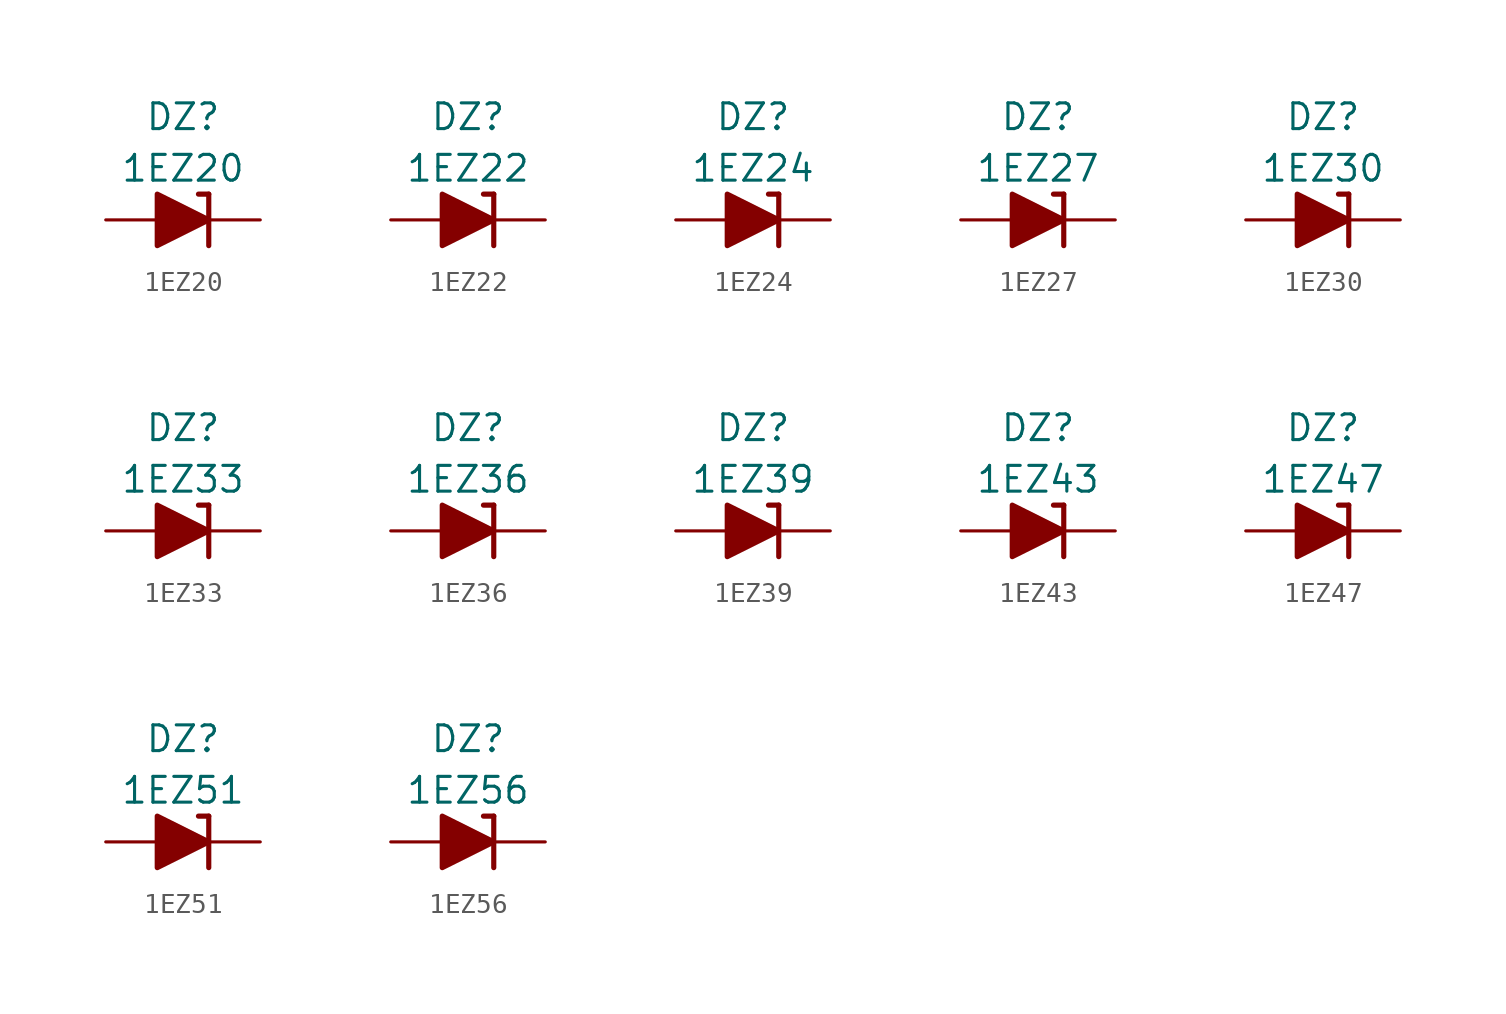
<source format=kicad_sym>
(kicad_symbol_lib
  (version 20201005)
  (generator kicad_symbol_editor)
  (symbol "Diode_Zener_AKL:1EZ20"
    (pin_numbers hide)
    (pin_names
      (offset 1.016) hide)
    (property "Reference" "DZ"
      (at 0 5.08 0)
      (effects (font (size 1.27 1.27))))
    (property "Value" "1EZ20"
      (at 0 2.54 0)
      (effects (font (size 1.27 1.27))))
    (symbol "1EZ20_0_1"
      (polyline (pts (xy -1.27 0) (xy 1.27 0)) (stroke (width 0)) (fill (type none)))
      (polyline (pts (xy 1.27 1.27) (xy 0.762 1.27)) (stroke (width 0.254)) (fill (type none)))
      (polyline (pts (xy 1.27 1.27) (xy 1.27 -1.27)) (stroke (width 0.254)) (fill (type none)))
      (polyline (pts (xy -1.27 -1.27) (xy -1.27 1.27) (xy 1.27 0) (xy -1.27 -1.27)) (stroke (width 0.254)) (fill (type outline))))
    (symbol "1EZ20_1_1"
      (pin passive line (at 3.81 0 180) (length 2.54) (name "K" (effects (font (size 1.27 1.27)))) (number "1" (effects (font (size 1.27 1.27)))))
      (pin passive line (at -3.81 0 0) (length 2.54) (name "A" (effects (font (size 1.27 1.27)))) (number "2" (effects (font (size 1.27 1.27)))))))
  (symbol "Diode_Zener_AKL:1EZ22"
    (pin_numbers hide)
    (pin_names
      (offset 1.016) hide)
    (property "Reference" "DZ"
      (at 0 5.08 0)
      (effects (font (size 1.27 1.27))))
    (property "Value" "1EZ22"
      (at 0 2.54 0)
      (effects (font (size 1.27 1.27))))
    (symbol "1EZ22_0_1"
      (polyline (pts (xy -1.27 0) (xy 1.27 0)) (stroke (width 0)) (fill (type none)))
      (polyline (pts (xy 1.27 1.27) (xy 0.762 1.27)) (stroke (width 0.254)) (fill (type none)))
      (polyline (pts (xy 1.27 1.27) (xy 1.27 -1.27)) (stroke (width 0.254)) (fill (type none)))
      (polyline (pts (xy -1.27 -1.27) (xy -1.27 1.27) (xy 1.27 0) (xy -1.27 -1.27)) (stroke (width 0.254)) (fill (type outline))))
    (symbol "1EZ22_1_1"
      (pin passive line (at 3.81 0 180) (length 2.54) (name "K" (effects (font (size 1.27 1.27)))) (number "1" (effects (font (size 1.27 1.27)))))
      (pin passive line (at -3.81 0 0) (length 2.54) (name "A" (effects (font (size 1.27 1.27)))) (number "2" (effects (font (size 1.27 1.27)))))))
  (symbol "Diode_Zener_AKL:1EZ24"
    (pin_numbers hide)
    (pin_names
      (offset 1.016) hide)
    (property "Reference" "DZ"
      (at 0 5.08 0)
      (effects (font (size 1.27 1.27))))
    (property "Value" "1EZ24"
      (at 0 2.54 0)
      (effects (font (size 1.27 1.27))))
    (symbol "1EZ24_0_1"
      (polyline (pts (xy -1.27 0) (xy 1.27 0)) (stroke (width 0)) (fill (type none)))
      (polyline (pts (xy 1.27 1.27) (xy 0.762 1.27)) (stroke (width 0.254)) (fill (type none)))
      (polyline (pts (xy 1.27 1.27) (xy 1.27 -1.27)) (stroke (width 0.254)) (fill (type none)))
      (polyline (pts (xy -1.27 -1.27) (xy -1.27 1.27) (xy 1.27 0) (xy -1.27 -1.27)) (stroke (width 0.254)) (fill (type outline))))
    (symbol "1EZ24_1_1"
      (pin passive line (at 3.81 0 180) (length 2.54) (name "K" (effects (font (size 1.27 1.27)))) (number "1" (effects (font (size 1.27 1.27)))))
      (pin passive line (at -3.81 0 0) (length 2.54) (name "A" (effects (font (size 1.27 1.27)))) (number "2" (effects (font (size 1.27 1.27)))))))
  (symbol "Diode_Zener_AKL:1EZ27"
    (pin_numbers hide)
    (pin_names
      (offset 1.016) hide)
    (property "Reference" "DZ"
      (at 0 5.08 0)
      (effects (font (size 1.27 1.27))))
    (property "Value" "1EZ27"
      (at 0 2.54 0)
      (effects (font (size 1.27 1.27))))
    (symbol "1EZ27_0_1"
      (polyline (pts (xy -1.27 0) (xy 1.27 0)) (stroke (width 0)) (fill (type none)))
      (polyline (pts (xy 1.27 1.27) (xy 0.762 1.27)) (stroke (width 0.254)) (fill (type none)))
      (polyline (pts (xy 1.27 1.27) (xy 1.27 -1.27)) (stroke (width 0.254)) (fill (type none)))
      (polyline (pts (xy -1.27 -1.27) (xy -1.27 1.27) (xy 1.27 0) (xy -1.27 -1.27)) (stroke (width 0.254)) (fill (type outline))))
    (symbol "1EZ27_1_1"
      (pin passive line (at 3.81 0 180) (length 2.54) (name "K" (effects (font (size 1.27 1.27)))) (number "1" (effects (font (size 1.27 1.27)))))
      (pin passive line (at -3.81 0 0) (length 2.54) (name "A" (effects (font (size 1.27 1.27)))) (number "2" (effects (font (size 1.27 1.27)))))))
  (symbol "Diode_Zener_AKL:1EZ30"
    (pin_numbers hide)
    (pin_names
      (offset 1.016) hide)
    (property "Reference" "DZ"
      (at 0 5.08 0)
      (effects (font (size 1.27 1.27))))
    (property "Value" "1EZ30"
      (at 0 2.54 0)
      (effects (font (size 1.27 1.27))))
    (symbol "1EZ30_0_1"
      (polyline (pts (xy -1.27 0) (xy 1.27 0)) (stroke (width 0)) (fill (type none)))
      (polyline (pts (xy 1.27 1.27) (xy 0.762 1.27)) (stroke (width 0.254)) (fill (type none)))
      (polyline (pts (xy 1.27 1.27) (xy 1.27 -1.27)) (stroke (width 0.254)) (fill (type none)))
      (polyline (pts (xy -1.27 -1.27) (xy -1.27 1.27) (xy 1.27 0) (xy -1.27 -1.27)) (stroke (width 0.254)) (fill (type outline))))
    (symbol "1EZ30_1_1"
      (pin passive line (at 3.81 0 180) (length 2.54) (name "K" (effects (font (size 1.27 1.27)))) (number "1" (effects (font (size 1.27 1.27)))))
      (pin passive line (at -3.81 0 0) (length 2.54) (name "A" (effects (font (size 1.27 1.27)))) (number "2" (effects (font (size 1.27 1.27)))))))
  (symbol "Diode_Zener_AKL:1EZ33"
    (pin_numbers hide)
    (pin_names
      (offset 1.016) hide)
    (property "Reference" "DZ"
      (at 0 5.08 0)
      (effects (font (size 1.27 1.27))))
    (property "Value" "1EZ33"
      (at 0 2.54 0)
      (effects (font (size 1.27 1.27))))
    (symbol "1EZ33_0_1"
      (polyline (pts (xy -1.27 0) (xy 1.27 0)) (stroke (width 0)) (fill (type none)))
      (polyline (pts (xy 1.27 1.27) (xy 0.762 1.27)) (stroke (width 0.254)) (fill (type none)))
      (polyline (pts (xy 1.27 1.27) (xy 1.27 -1.27)) (stroke (width 0.254)) (fill (type none)))
      (polyline (pts (xy -1.27 -1.27) (xy -1.27 1.27) (xy 1.27 0) (xy -1.27 -1.27)) (stroke (width 0.254)) (fill (type outline))))
    (symbol "1EZ33_1_1"
      (pin passive line (at 3.81 0 180) (length 2.54) (name "K" (effects (font (size 1.27 1.27)))) (number "1" (effects (font (size 1.27 1.27)))))
      (pin passive line (at -3.81 0 0) (length 2.54) (name "A" (effects (font (size 1.27 1.27)))) (number "2" (effects (font (size 1.27 1.27)))))))
  (symbol "Diode_Zener_AKL:1EZ36"
    (pin_numbers hide)
    (pin_names
      (offset 1.016) hide)
    (property "Reference" "DZ"
      (at 0 5.08 0)
      (effects (font (size 1.27 1.27))))
    (property "Value" "1EZ36"
      (at 0 2.54 0)
      (effects (font (size 1.27 1.27))))
    (symbol "1EZ36_0_1"
      (polyline (pts (xy -1.27 0) (xy 1.27 0)) (stroke (width 0)) (fill (type none)))
      (polyline (pts (xy 1.27 1.27) (xy 0.762 1.27)) (stroke (width 0.254)) (fill (type none)))
      (polyline (pts (xy 1.27 1.27) (xy 1.27 -1.27)) (stroke (width 0.254)) (fill (type none)))
      (polyline (pts (xy -1.27 -1.27) (xy -1.27 1.27) (xy 1.27 0) (xy -1.27 -1.27)) (stroke (width 0.254)) (fill (type outline))))
    (symbol "1EZ36_1_1"
      (pin passive line (at 3.81 0 180) (length 2.54) (name "K" (effects (font (size 1.27 1.27)))) (number "1" (effects (font (size 1.27 1.27)))))
      (pin passive line (at -3.81 0 0) (length 2.54) (name "A" (effects (font (size 1.27 1.27)))) (number "2" (effects (font (size 1.27 1.27)))))))
  (symbol "Diode_Zener_AKL:1EZ39"
    (pin_numbers hide)
    (pin_names
      (offset 1.016) hide)
    (property "Reference" "DZ"
      (at 0 5.08 0)
      (effects (font (size 1.27 1.27))))
    (property "Value" "1EZ39"
      (at 0 2.54 0)
      (effects (font (size 1.27 1.27))))
    (symbol "1EZ39_0_1"
      (polyline (pts (xy -1.27 0) (xy 1.27 0)) (stroke (width 0)) (fill (type none)))
      (polyline (pts (xy 1.27 1.27) (xy 0.762 1.27)) (stroke (width 0.254)) (fill (type none)))
      (polyline (pts (xy 1.27 1.27) (xy 1.27 -1.27)) (stroke (width 0.254)) (fill (type none)))
      (polyline (pts (xy -1.27 -1.27) (xy -1.27 1.27) (xy 1.27 0) (xy -1.27 -1.27)) (stroke (width 0.254)) (fill (type outline))))
    (symbol "1EZ39_1_1"
      (pin passive line (at 3.81 0 180) (length 2.54) (name "K" (effects (font (size 1.27 1.27)))) (number "1" (effects (font (size 1.27 1.27)))))
      (pin passive line (at -3.81 0 0) (length 2.54) (name "A" (effects (font (size 1.27 1.27)))) (number "2" (effects (font (size 1.27 1.27)))))))
  (symbol "Diode_Zener_AKL:1EZ43"
    (pin_numbers hide)
    (pin_names
      (offset 1.016) hide)
    (property "Reference" "DZ"
      (at 0 5.08 0)
      (effects (font (size 1.27 1.27))))
    (property "Value" "1EZ43"
      (at 0 2.54 0)
      (effects (font (size 1.27 1.27))))
    (symbol "1EZ43_0_1"
      (polyline (pts (xy -1.27 0) (xy 1.27 0)) (stroke (width 0)) (fill (type none)))
      (polyline (pts (xy 1.27 1.27) (xy 0.762 1.27)) (stroke (width 0.254)) (fill (type none)))
      (polyline (pts (xy 1.27 1.27) (xy 1.27 -1.27)) (stroke (width 0.254)) (fill (type none)))
      (polyline (pts (xy -1.27 -1.27) (xy -1.27 1.27) (xy 1.27 0) (xy -1.27 -1.27)) (stroke (width 0.254)) (fill (type outline))))
    (symbol "1EZ43_1_1"
      (pin passive line (at 3.81 0 180) (length 2.54) (name "K" (effects (font (size 1.27 1.27)))) (number "1" (effects (font (size 1.27 1.27)))))
      (pin passive line (at -3.81 0 0) (length 2.54) (name "A" (effects (font (size 1.27 1.27)))) (number "2" (effects (font (size 1.27 1.27)))))))
  (symbol "Diode_Zener_AKL:1EZ47"
    (pin_numbers hide)
    (pin_names
      (offset 1.016) hide)
    (property "Reference" "DZ"
      (at 0 5.08 0)
      (effects (font (size 1.27 1.27))))
    (property "Value" "1EZ47"
      (at 0 2.54 0)
      (effects (font (size 1.27 1.27))))
    (symbol "1EZ47_0_1"
      (polyline (pts (xy -1.27 0) (xy 1.27 0)) (stroke (width 0)) (fill (type none)))
      (polyline (pts (xy 1.27 1.27) (xy 0.762 1.27)) (stroke (width 0.254)) (fill (type none)))
      (polyline (pts (xy 1.27 1.27) (xy 1.27 -1.27)) (stroke (width 0.254)) (fill (type none)))
      (polyline (pts (xy -1.27 -1.27) (xy -1.27 1.27) (xy 1.27 0) (xy -1.27 -1.27)) (stroke (width 0.254)) (fill (type outline))))
    (symbol "1EZ47_1_1"
      (pin passive line (at 3.81 0 180) (length 2.54) (name "K" (effects (font (size 1.27 1.27)))) (number "1" (effects (font (size 1.27 1.27)))))
      (pin passive line (at -3.81 0 0) (length 2.54) (name "A" (effects (font (size 1.27 1.27)))) (number "2" (effects (font (size 1.27 1.27)))))))
  (symbol "Diode_Zener_AKL:1EZ51"
    (pin_numbers hide)
    (pin_names
      (offset 1.016) hide)
    (property "Reference" "DZ"
      (at 0 5.08 0)
      (effects (font (size 1.27 1.27))))
    (property "Value" "1EZ51"
      (at 0 2.54 0)
      (effects (font (size 1.27 1.27))))
    (symbol "1EZ51_0_1"
      (polyline (pts (xy -1.27 0) (xy 1.27 0)) (stroke (width 0)) (fill (type none)))
      (polyline (pts (xy 1.27 1.27) (xy 0.762 1.27)) (stroke (width 0.254)) (fill (type none)))
      (polyline (pts (xy 1.27 1.27) (xy 1.27 -1.27)) (stroke (width 0.254)) (fill (type none)))
      (polyline (pts (xy -1.27 -1.27) (xy -1.27 1.27) (xy 1.27 0) (xy -1.27 -1.27)) (stroke (width 0.254)) (fill (type outline))))
    (symbol "1EZ51_1_1"
      (pin passive line (at 3.81 0 180) (length 2.54) (name "K" (effects (font (size 1.27 1.27)))) (number "1" (effects (font (size 1.27 1.27)))))
      (pin passive line (at -3.81 0 0) (length 2.54) (name "A" (effects (font (size 1.27 1.27)))) (number "2" (effects (font (size 1.27 1.27)))))))
  (symbol "Diode_Zener_AKL:1EZ56"
    (pin_numbers hide)
    (pin_names
      (offset 1.016) hide)
    (property "Reference" "DZ"
      (at 0 5.08 0)
      (effects (font (size 1.27 1.27))))
    (property "Value" "1EZ56"
      (at 0 2.54 0)
      (effects (font (size 1.27 1.27))))
    (symbol "1EZ56_0_1"
      (polyline (pts (xy -1.27 0) (xy 1.27 0)) (stroke (width 0)) (fill (type none)))
      (polyline (pts (xy 1.27 1.27) (xy 0.762 1.27)) (stroke (width 0.254)) (fill (type none)))
      (polyline (pts (xy 1.27 1.27) (xy 1.27 -1.27)) (stroke (width 0.254)) (fill (type none)))
      (polyline (pts (xy -1.27 -1.27) (xy -1.27 1.27) (xy 1.27 0) (xy -1.27 -1.27)) (stroke (width 0.254)) (fill (type outline))))
    (symbol "1EZ56_1_1"
      (pin passive line (at 3.81 0 180) (length 2.54) (name "K" (effects (font (size 1.27 1.27)))) (number "1" (effects (font (size 1.27 1.27)))))
      (pin passive line (at -3.81 0 0) (length 2.54) (name "A" (effects (font (size 1.27 1.27)))) (number "2" (effects (font (size 1.27 1.27))))))))
</source>
